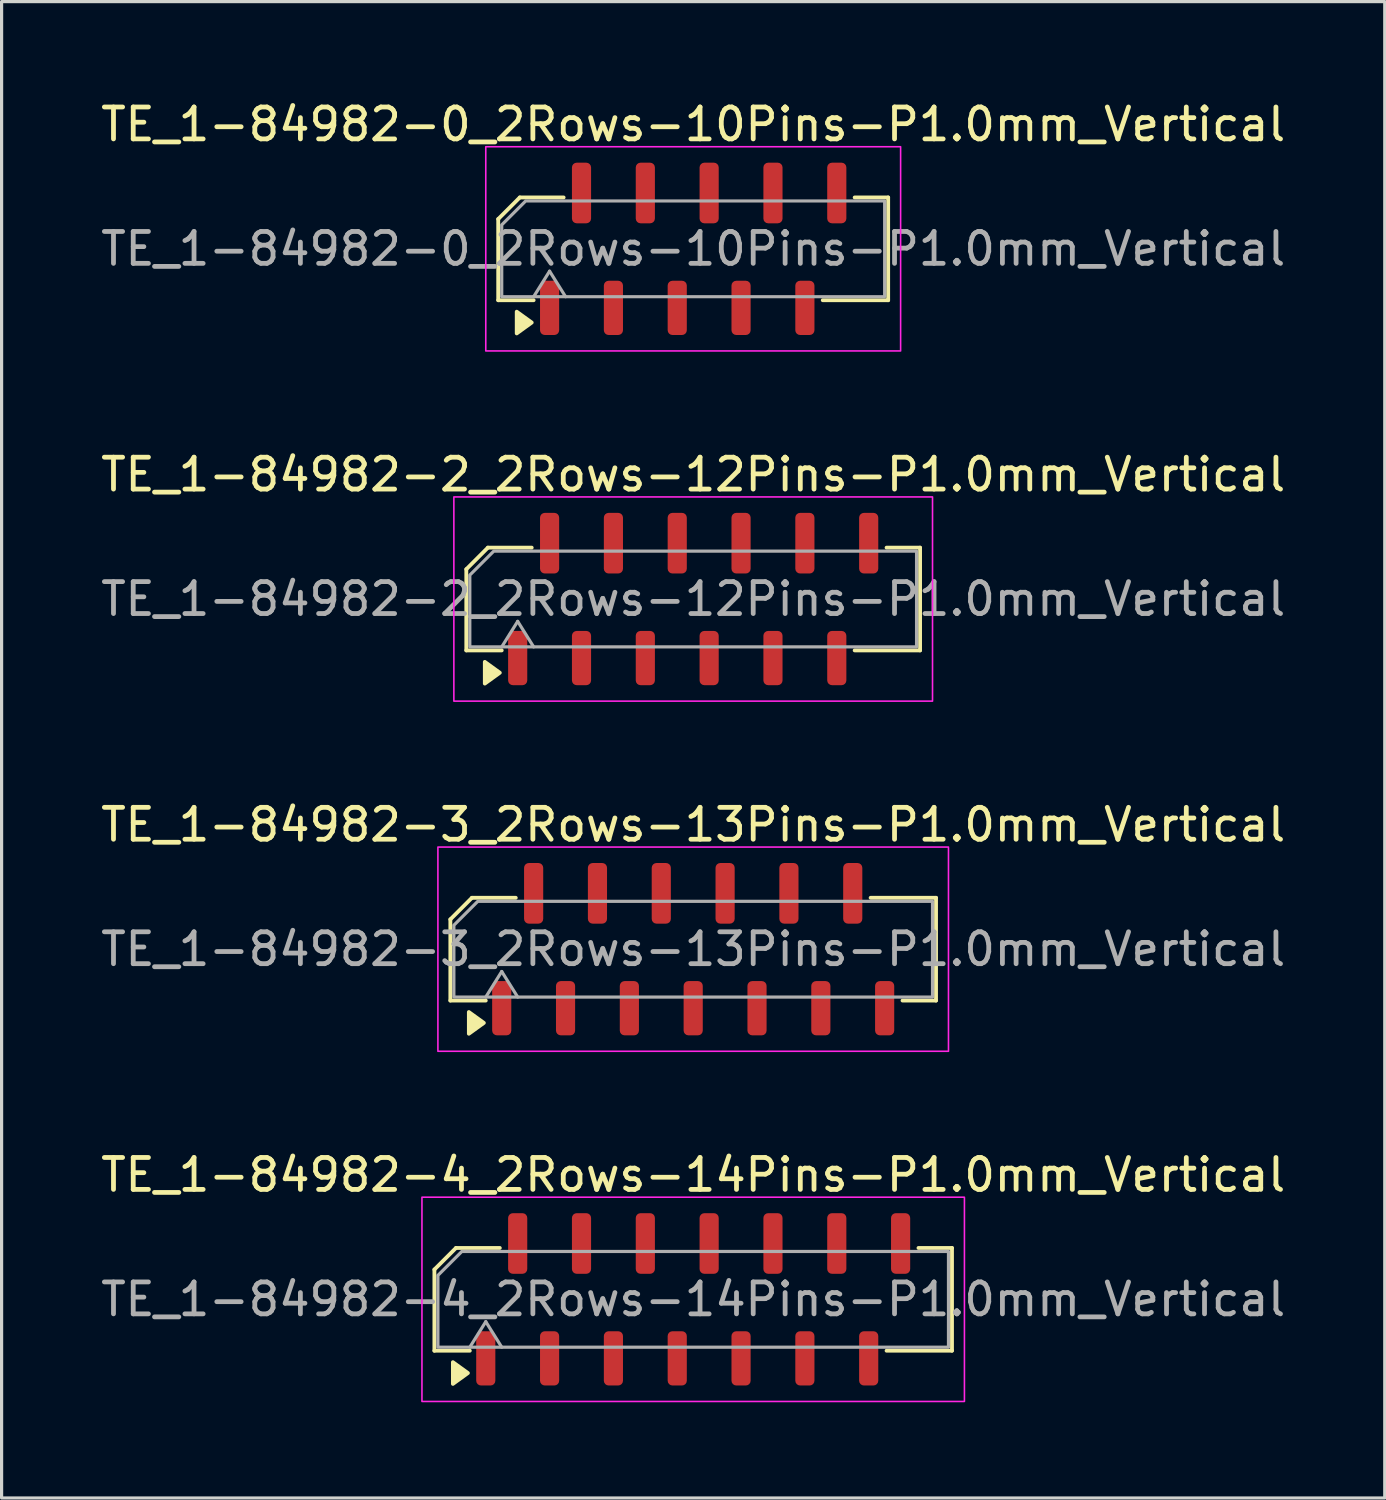
<source format=kicad_pcb>
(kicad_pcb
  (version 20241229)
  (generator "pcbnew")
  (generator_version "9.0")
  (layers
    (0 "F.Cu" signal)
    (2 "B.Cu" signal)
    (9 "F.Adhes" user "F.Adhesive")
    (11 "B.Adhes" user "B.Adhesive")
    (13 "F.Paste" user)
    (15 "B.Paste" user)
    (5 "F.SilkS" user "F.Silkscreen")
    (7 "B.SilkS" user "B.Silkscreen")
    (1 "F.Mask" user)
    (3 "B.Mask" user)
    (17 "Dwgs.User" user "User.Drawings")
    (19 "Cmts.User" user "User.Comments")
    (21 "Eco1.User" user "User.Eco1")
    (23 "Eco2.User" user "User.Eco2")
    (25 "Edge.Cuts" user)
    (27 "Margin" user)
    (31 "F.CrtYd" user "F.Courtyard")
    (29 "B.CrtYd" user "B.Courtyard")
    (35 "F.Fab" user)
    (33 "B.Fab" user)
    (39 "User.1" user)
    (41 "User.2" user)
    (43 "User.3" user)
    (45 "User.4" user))
  (footprint "TE_1-84982-2_2Rows-12Pins-P1.0mm_Vertical"
    (layer "F.Cu")
    (at 18.673 15.722)
    (property "Reference" "TE_1-84982-2_2Rows-12Pins-P1.0mm_Vertical" (at 0 -3.9 0) (layer "F.SilkS") (effects (font (size 1 1) (thickness 0.15))))
    (attr smd)
    (fp_line (start -7.11 -0.934) (end -7.11 1.61) (stroke (width 0.12) (type solid)) (layer "F.SilkS"))
    (fp_line (start -7.11 1.61) (end -6 1.61) (stroke (width 0.12) (type solid)) (layer "F.SilkS"))
    (fp_line (start -6.434 -1.61) (end -7.11 -0.934) (stroke (width 0.12) (type solid)) (layer "F.SilkS"))
    (fp_line (start -5.06 -1.61) (end -6.434 -1.61) (stroke (width 0.12) (type solid)) (layer "F.SilkS"))
    (fp_line (start 5.06 1.61) (end 7.11 1.61) (stroke (width 0.12) (type solid)) (layer "F.SilkS"))
    (fp_line (start 7.11 -1.61) (end 6.06 -1.61) (stroke (width 0.12) (type solid)) (layer "F.SilkS"))
    (fp_line (start 7.11 1.61) (end 7.11 -1.61) (stroke (width 0.12) (type solid)) (layer "F.SilkS"))
    (fp_poly (pts (xy -6.06 2.31) (xy -6.53 2.65) (xy -6.53 1.97)) (stroke (width 0.12) (type solid)) (fill yes) (layer "F.SilkS"))
    (fp_rect (start -7.5 3.2) (end 7.5 -3.2) (stroke (width 0.05) (type solid)) (fill no) (layer "F.CrtYd"))
    (fp_line (start -6 1.5) (end -5.5 0.7) (stroke (width 0.1) (type solid)) (layer "F.Fab"))
    (fp_line (start -5.5 0.7) (end -5 1.5) (stroke (width 0.1) (type solid)) (layer "F.Fab"))
    (fp_poly (pts (xy -7 -0.75) (xy -7 1.5) (xy 7 1.5) (xy 7 -1.5) (xy -6.25 -1.5)) (stroke (width 0.1) (type solid)) (fill no) (layer "F.Fab"))
    (fp_text user "${REFERENCE}" (at 0 0 0) (layer "F.Fab") (effects (font (size 1 1) (thickness 0.15))))
    (pad "1" smd roundrect (at -5.5 1.85) (size 0.6 1.7) (layers "F.Cu" "F.Mask" "F.Paste") (roundrect_rratio 0.25))
    (pad "2" smd roundrect (at -4.5 -1.75) (size 0.6 1.9) (layers "F.Cu" "F.Mask" "F.Paste") (roundrect_rratio 0.25))
    (pad "3" smd roundrect (at -3.5 1.85) (size 0.6 1.7) (layers "F.Cu" "F.Mask" "F.Paste") (roundrect_rratio 0.25))
    (pad "4" smd roundrect (at -2.5 -1.75) (size 0.6 1.9) (layers "F.Cu" "F.Mask" "F.Paste") (roundrect_rratio 0.25))
    (pad "5" smd roundrect (at -1.5 1.85) (size 0.6 1.7) (layers "F.Cu" "F.Mask" "F.Paste") (roundrect_rratio 0.25))
    (pad "6" smd roundrect (at -0.5 -1.75) (size 0.6 1.9) (layers "F.Cu" "F.Mask" "F.Paste") (roundrect_rratio 0.25))
    (pad "7" smd roundrect (at 0.5 1.85) (size 0.6 1.7) (layers "F.Cu" "F.Mask" "F.Paste") (roundrect_rratio 0.25))
    (pad "8" smd roundrect (at 1.5 -1.75) (size 0.6 1.9) (layers "F.Cu" "F.Mask" "F.Paste") (roundrect_rratio 0.25))
    (pad "9" smd roundrect (at 2.5 1.85) (size 0.6 1.7) (layers "F.Cu" "F.Mask" "F.Paste") (roundrect_rratio 0.25))
    (pad "10" smd roundrect (at 3.5 -1.75) (size 0.6 1.9) (layers "F.Cu" "F.Mask" "F.Paste") (roundrect_rratio 0.25))
    (pad "11" smd roundrect (at 4.5 1.85) (size 0.6 1.7) (layers "F.Cu" "F.Mask" "F.Paste") (roundrect_rratio 0.25))
    (pad "12" smd roundrect (at 5.5 -1.75) (size 0.6 1.9) (layers "F.Cu" "F.Mask" "F.Paste") (roundrect_rratio 0.25)))
  (footprint "TE_1-84982-4_2Rows-14Pins-P1.0mm_Vertical"
    (layer "F.Cu")
    (at 18.673 37.668)
    (property "Reference" "TE_1-84982-4_2Rows-14Pins-P1.0mm_Vertical" (at 0 -3.9 0) (layer "F.SilkS") (effects (font (size 1 1) (thickness 0.15))))
    (attr smd)
    (fp_line (start -8.11 -0.934) (end -8.11 1.61) (stroke (width 0.12) (type solid)) (layer "F.SilkS"))
    (fp_line (start -8.11 1.61) (end -7 1.61) (stroke (width 0.12) (type solid)) (layer "F.SilkS"))
    (fp_line (start -7.434 -1.61) (end -8.11 -0.934) (stroke (width 0.12) (type solid)) (layer "F.SilkS"))
    (fp_line (start -6.06 -1.61) (end -7.434 -1.61) (stroke (width 0.12) (type solid)) (layer "F.SilkS"))
    (fp_line (start 6.06 1.61) (end 8.11 1.61) (stroke (width 0.12) (type solid)) (layer "F.SilkS"))
    (fp_line (start 8.11 -1.61) (end 7.06 -1.61) (stroke (width 0.12) (type solid)) (layer "F.SilkS"))
    (fp_line (start 8.11 1.61) (end 8.11 -1.61) (stroke (width 0.12) (type solid)) (layer "F.SilkS"))
    (fp_poly (pts (xy -7.06 2.31) (xy -7.53 2.65) (xy -7.53 1.97)) (stroke (width 0.12) (type solid)) (fill yes) (layer "F.SilkS"))
    (fp_rect (start -8.5 3.2) (end 8.5 -3.2) (stroke (width 0.05) (type solid)) (fill no) (layer "F.CrtYd"))
    (fp_line (start -7 1.5) (end -6.5 0.7) (stroke (width 0.1) (type solid)) (layer "F.Fab"))
    (fp_line (start -6.5 0.7) (end -6 1.5) (stroke (width 0.1) (type solid)) (layer "F.Fab"))
    (fp_poly (pts (xy -8 -0.75) (xy -8 1.5) (xy 8 1.5) (xy 8 -1.5) (xy -7.25 -1.5)) (stroke (width 0.1) (type solid)) (fill no) (layer "F.Fab"))
    (fp_text user "${REFERENCE}" (at 0 0 0) (layer "F.Fab") (effects (font (size 1 1) (thickness 0.15))))
    (pad "1" smd roundrect (at -6.5 1.85) (size 0.6 1.7) (layers "F.Cu" "F.Mask" "F.Paste") (roundrect_rratio 0.25))
    (pad "2" smd roundrect (at -5.5 -1.75) (size 0.6 1.9) (layers "F.Cu" "F.Mask" "F.Paste") (roundrect_rratio 0.25))
    (pad "3" smd roundrect (at -4.5 1.85) (size 0.6 1.7) (layers "F.Cu" "F.Mask" "F.Paste") (roundrect_rratio 0.25))
    (pad "4" smd roundrect (at -3.5 -1.75) (size 0.6 1.9) (layers "F.Cu" "F.Mask" "F.Paste") (roundrect_rratio 0.25))
    (pad "5" smd roundrect (at -2.5 1.85) (size 0.6 1.7) (layers "F.Cu" "F.Mask" "F.Paste") (roundrect_rratio 0.25))
    (pad "6" smd roundrect (at -1.5 -1.75) (size 0.6 1.9) (layers "F.Cu" "F.Mask" "F.Paste") (roundrect_rratio 0.25))
    (pad "7" smd roundrect (at -0.5 1.85) (size 0.6 1.7) (layers "F.Cu" "F.Mask" "F.Paste") (roundrect_rratio 0.25))
    (pad "8" smd roundrect (at 0.5 -1.75) (size 0.6 1.9) (layers "F.Cu" "F.Mask" "F.Paste") (roundrect_rratio 0.25))
    (pad "9" smd roundrect (at 1.5 1.85) (size 0.6 1.7) (layers "F.Cu" "F.Mask" "F.Paste") (roundrect_rratio 0.25))
    (pad "10" smd roundrect (at 2.5 -1.75) (size 0.6 1.9) (layers "F.Cu" "F.Mask" "F.Paste") (roundrect_rratio 0.25))
    (pad "11" smd roundrect (at 3.5 1.85) (size 0.6 1.7) (layers "F.Cu" "F.Mask" "F.Paste") (roundrect_rratio 0.25))
    (pad "12" smd roundrect (at 4.5 -1.75) (size 0.6 1.9) (layers "F.Cu" "F.Mask" "F.Paste") (roundrect_rratio 0.25))
    (pad "13" smd roundrect (at 5.5 1.85) (size 0.6 1.7) (layers "F.Cu" "F.Mask" "F.Paste") (roundrect_rratio 0.25))
    (pad "14" smd roundrect (at 6.5 -1.75) (size 0.6 1.9) (layers "F.Cu" "F.Mask" "F.Paste") (roundrect_rratio 0.25)))
  (footprint "TE_1-84982-0_2Rows-10Pins-P1.0mm_Vertical"
    (layer "F.Cu")
    (at 18.673 4.748)
    (property "Reference" "TE_1-84982-0_2Rows-10Pins-P1.0mm_Vertical" (at 0 -3.9 0) (layer "F.SilkS") (effects (font (size 1 1) (thickness 0.15))))
    (attr smd)
    (fp_line (start -6.11 -0.934) (end -6.11 1.61) (stroke (width 0.12) (type solid)) (layer "F.SilkS"))
    (fp_line (start -6.11 1.61) (end -5 1.61) (stroke (width 0.12) (type solid)) (layer "F.SilkS"))
    (fp_line (start -5.434 -1.61) (end -6.11 -0.934) (stroke (width 0.12) (type solid)) (layer "F.SilkS"))
    (fp_line (start -4.06 -1.61) (end -5.434 -1.61) (stroke (width 0.12) (type solid)) (layer "F.SilkS"))
    (fp_line (start 4.06 1.61) (end 6.11 1.61) (stroke (width 0.12) (type solid)) (layer "F.SilkS"))
    (fp_line (start 6.11 -1.61) (end 5.06 -1.61) (stroke (width 0.12) (type solid)) (layer "F.SilkS"))
    (fp_line (start 6.11 1.61) (end 6.11 -1.61) (stroke (width 0.12) (type solid)) (layer "F.SilkS"))
    (fp_poly (pts (xy -5.06 2.31) (xy -5.53 2.65) (xy -5.53 1.97)) (stroke (width 0.12) (type solid)) (fill yes) (layer "F.SilkS"))
    (fp_rect (start -6.5 3.2) (end 6.5 -3.2) (stroke (width 0.05) (type solid)) (fill no) (layer "F.CrtYd"))
    (fp_line (start -5 1.5) (end -4.5 0.7) (stroke (width 0.1) (type solid)) (layer "F.Fab"))
    (fp_line (start -4.5 0.7) (end -4 1.5) (stroke (width 0.1) (type solid)) (layer "F.Fab"))
    (fp_poly (pts (xy -6 -0.75) (xy -6 1.5) (xy 6 1.5) (xy 6 -1.5) (xy -5.25 -1.5)) (stroke (width 0.1) (type solid)) (fill no) (layer "F.Fab"))
    (fp_text user "${REFERENCE}" (at 0 0 0) (layer "F.Fab") (effects (font (size 1 1) (thickness 0.15))))
    (pad "1" smd roundrect (at -4.5 1.85) (size 0.6 1.7) (layers "F.Cu" "F.Mask" "F.Paste") (roundrect_rratio 0.25))
    (pad "2" smd roundrect (at -3.5 -1.75) (size 0.6 1.9) (layers "F.Cu" "F.Mask" "F.Paste") (roundrect_rratio 0.25))
    (pad "3" smd roundrect (at -2.5 1.85) (size 0.6 1.7) (layers "F.Cu" "F.Mask" "F.Paste") (roundrect_rratio 0.25))
    (pad "4" smd roundrect (at -1.5 -1.75) (size 0.6 1.9) (layers "F.Cu" "F.Mask" "F.Paste") (roundrect_rratio 0.25))
    (pad "5" smd roundrect (at -0.5 1.85) (size 0.6 1.7) (layers "F.Cu" "F.Mask" "F.Paste") (roundrect_rratio 0.25))
    (pad "6" smd roundrect (at 0.5 -1.75) (size 0.6 1.9) (layers "F.Cu" "F.Mask" "F.Paste") (roundrect_rratio 0.25))
    (pad "7" smd roundrect (at 1.5 1.85) (size 0.6 1.7) (layers "F.Cu" "F.Mask" "F.Paste") (roundrect_rratio 0.25))
    (pad "8" smd roundrect (at 2.5 -1.75) (size 0.6 1.9) (layers "F.Cu" "F.Mask" "F.Paste") (roundrect_rratio 0.25))
    (pad "9" smd roundrect (at 3.5 1.85) (size 0.6 1.7) (layers "F.Cu" "F.Mask" "F.Paste") (roundrect_rratio 0.25))
    (pad "10" smd roundrect (at 4.5 -1.75) (size 0.6 1.9) (layers "F.Cu" "F.Mask" "F.Paste") (roundrect_rratio 0.25)))
  (footprint "TE_1-84982-3_2Rows-13Pins-P1.0mm_Vertical"
    (layer "F.Cu")
    (at 18.673 26.695)
    (property "Reference" "TE_1-84982-3_2Rows-13Pins-P1.0mm_Vertical" (at 0 -3.9 0) (layer "F.SilkS") (effects (font (size 1 1) (thickness 0.15))))
    (attr smd)
    (fp_line (start -7.61 -0.934) (end -7.61 1.61) (stroke (width 0.12) (type solid)) (layer "F.SilkS"))
    (fp_line (start -7.61 1.61) (end -6.5 1.61) (stroke (width 0.12) (type solid)) (layer "F.SilkS"))
    (fp_line (start -6.934 -1.61) (end -7.61 -0.934) (stroke (width 0.12) (type solid)) (layer "F.SilkS"))
    (fp_line (start -5.56 -1.61) (end -6.934 -1.61) (stroke (width 0.12) (type solid)) (layer "F.SilkS"))
    (fp_line (start 6.56 1.61) (end 7.61 1.61) (stroke (width 0.12) (type solid)) (layer "F.SilkS"))
    (fp_line (start 7.61 -1.61) (end 5.56 -1.61) (stroke (width 0.12) (type solid)) (layer "F.SilkS"))
    (fp_line (start 7.61 1.61) (end 7.61 -1.61) (stroke (width 0.12) (type solid)) (layer "F.SilkS"))
    (fp_poly (pts (xy -6.56 2.31) (xy -7.03 2.65) (xy -7.03 1.97)) (stroke (width 0.12) (type solid)) (fill yes) (layer "F.SilkS"))
    (fp_rect (start -8 3.2) (end 8 -3.2) (stroke (width 0.05) (type solid)) (fill no) (layer "F.CrtYd"))
    (fp_line (start -6.5 1.5) (end -6 0.7) (stroke (width 0.1) (type solid)) (layer "F.Fab"))
    (fp_line (start -6 0.7) (end -5.5 1.5) (stroke (width 0.1) (type solid)) (layer "F.Fab"))
    (fp_poly (pts (xy -7.5 -0.75) (xy -7.5 1.5) (xy 7.5 1.5) (xy 7.5 -1.5) (xy -6.75 -1.5)) (stroke (width 0.1) (type solid)) (fill no) (layer "F.Fab"))
    (fp_text user "${REFERENCE}" (at 0 0 0) (layer "F.Fab") (effects (font (size 1 1) (thickness 0.15))))
    (pad "1" smd roundrect (at -6 1.85) (size 0.6 1.7) (layers "F.Cu" "F.Mask" "F.Paste") (roundrect_rratio 0.25))
    (pad "2" smd roundrect (at -5 -1.75) (size 0.6 1.9) (layers "F.Cu" "F.Mask" "F.Paste") (roundrect_rratio 0.25))
    (pad "3" smd roundrect (at -4 1.85) (size 0.6 1.7) (layers "F.Cu" "F.Mask" "F.Paste") (roundrect_rratio 0.25))
    (pad "4" smd roundrect (at -3 -1.75) (size 0.6 1.9) (layers "F.Cu" "F.Mask" "F.Paste") (roundrect_rratio 0.25))
    (pad "5" smd roundrect (at -2 1.85) (size 0.6 1.7) (layers "F.Cu" "F.Mask" "F.Paste") (roundrect_rratio 0.25))
    (pad "6" smd roundrect (at -1 -1.75) (size 0.6 1.9) (layers "F.Cu" "F.Mask" "F.Paste") (roundrect_rratio 0.25))
    (pad "7" smd roundrect (at 0 1.85) (size 0.6 1.7) (layers "F.Cu" "F.Mask" "F.Paste") (roundrect_rratio 0.25))
    (pad "8" smd roundrect (at 1 -1.75) (size 0.6 1.9) (layers "F.Cu" "F.Mask" "F.Paste") (roundrect_rratio 0.25))
    (pad "9" smd roundrect (at 2 1.85) (size 0.6 1.7) (layers "F.Cu" "F.Mask" "F.Paste") (roundrect_rratio 0.25))
    (pad "10" smd roundrect (at 3 -1.75) (size 0.6 1.9) (layers "F.Cu" "F.Mask" "F.Paste") (roundrect_rratio 0.25))
    (pad "11" smd roundrect (at 4 1.85) (size 0.6 1.7) (layers "F.Cu" "F.Mask" "F.Paste") (roundrect_rratio 0.25))
    (pad "12" smd roundrect (at 5 -1.75) (size 0.6 1.9) (layers "F.Cu" "F.Mask" "F.Paste") (roundrect_rratio 0.25))
    (pad "13" smd roundrect (at 6 1.85) (size 0.6 1.7) (layers "F.Cu" "F.Mask" "F.Paste") (roundrect_rratio 0.25)))
  (gr_rect
    (start -3 -3)
    (end 40.345 43.893)
    (stroke (width 0.1) (type default))
    (fill no)
    (layer "Edge.Cuts")))
</source>
